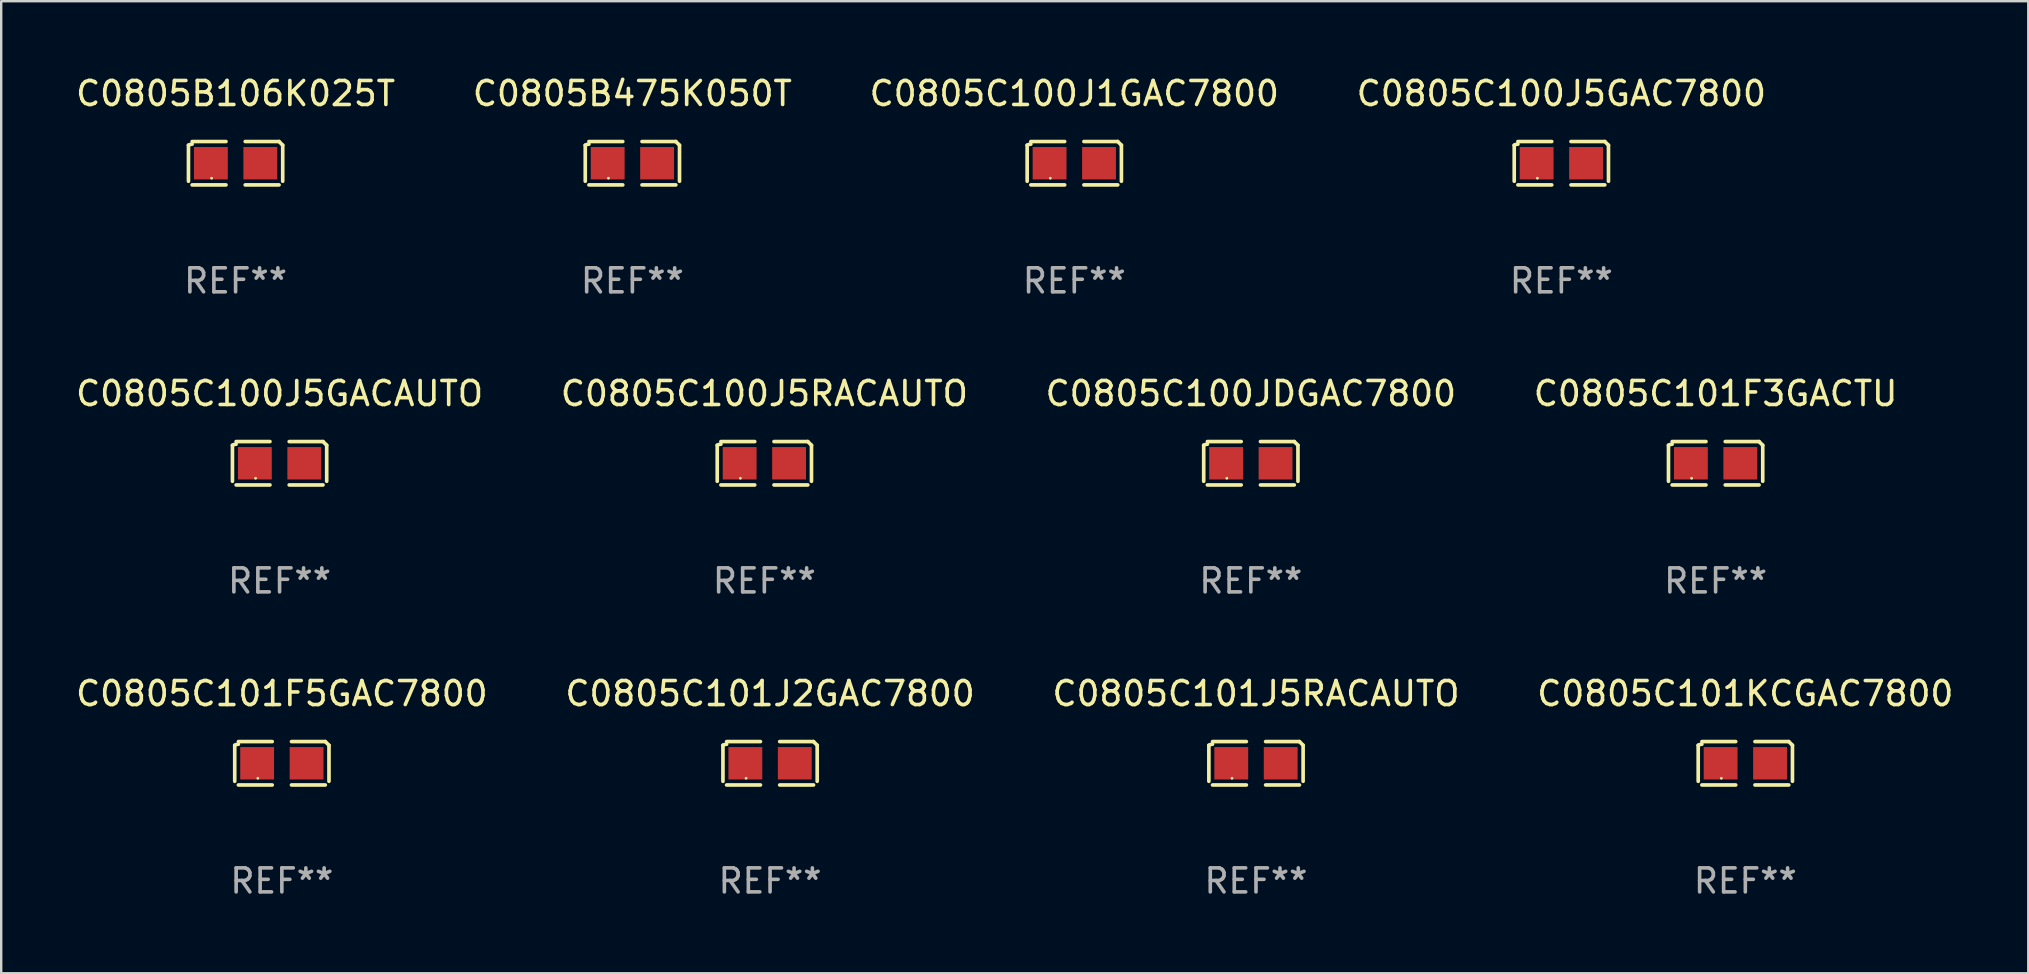
<source format=kicad_pcb>
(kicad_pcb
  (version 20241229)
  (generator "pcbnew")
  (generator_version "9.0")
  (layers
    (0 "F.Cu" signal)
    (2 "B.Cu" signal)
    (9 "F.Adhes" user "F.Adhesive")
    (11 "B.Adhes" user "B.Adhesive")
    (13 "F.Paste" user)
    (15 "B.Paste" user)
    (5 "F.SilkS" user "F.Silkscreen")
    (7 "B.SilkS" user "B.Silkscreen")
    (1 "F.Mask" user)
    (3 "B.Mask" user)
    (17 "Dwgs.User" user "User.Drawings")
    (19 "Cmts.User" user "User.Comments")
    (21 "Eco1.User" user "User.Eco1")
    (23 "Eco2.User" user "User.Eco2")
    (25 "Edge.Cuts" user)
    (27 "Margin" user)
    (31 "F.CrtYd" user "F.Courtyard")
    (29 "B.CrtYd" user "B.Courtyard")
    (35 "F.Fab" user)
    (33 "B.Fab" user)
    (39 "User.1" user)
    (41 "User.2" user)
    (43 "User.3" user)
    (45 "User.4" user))
  (footprint "C0805C100J5GAC7800"
    (layer "F.Cu")
    (at 62.018 3.752)
    (property "Reference" "C0805C100J5GAC7800" (at 0 -2.904 0) (layer "F.SilkS") (effects (font (size 1 1) (thickness 0.15))))
    (attr through_hole)
    (fp_line (start -1.964 0.751) (end -1.964 -0.751) (stroke (width 0.152) (type solid)) (layer "F.SilkS"))
    (fp_line (start -1.811 -0.904) (end -0.401 -0.904) (stroke (width 0.152) (type solid)) (layer "F.SilkS"))
    (fp_line (start -0.401 0.904) (end -1.811 0.904) (stroke (width 0.152) (type solid)) (layer "F.SilkS"))
    (fp_line (start 0.401 0.904) (end 1.811 0.904) (stroke (width 0.152) (type solid)) (layer "F.SilkS"))
    (fp_line (start 1.811 -0.904) (end 0.401 -0.904) (stroke (width 0.152) (type solid)) (layer "F.SilkS"))
    (fp_line (start 1.964 0.751) (end 1.964 -0.751) (stroke (width 0.152) (type solid)) (layer "F.SilkS"))
    (fp_arc (start -1.963602 -0.751207) (mid -1.890354 -0.783131) (end -1.811201 -0.794044) (stroke (width 0.1524) (type solid)) (layer "F.SilkS"))
    (fp_arc (start 1.811202 -0.903607) (mid 1.887413 -0.827418) (end 1.963602 -0.751207) (stroke (width 0.1524) (type solid)) (layer "F.SilkS"))
    (fp_circle (center -1 0.625) (end -0.97 0.625) (stroke (width 0.06) (type solid)) (fill no) (layer "F.SilkS"))
    (fp_text user "REF**" (at 0 4.904 0) (layer "F.Fab") (effects (font (size 1 1) (thickness 0.15))))
    (pad "1" smd rect (at -1.03 0) (size 1.41 1.35) (layers "F.Cu" "F.Mask" "F.Paste"))
    (pad "2" smd rect (at 1.03 0) (size 1.41 1.35) (layers "F.Cu" "F.Mask" "F.Paste")))
  (footprint "C0805C100J1GAC7800"
    (layer "F.Cu")
    (at 41.72 3.752)
    (property "Reference" "C0805C100J1GAC7800" (at 0 -2.904 0) (layer "F.SilkS") (effects (font (size 1 1) (thickness 0.15))))
    (attr through_hole)
    (fp_line (start -1.964 0.751) (end -1.964 -0.751) (stroke (width 0.152) (type solid)) (layer "F.SilkS"))
    (fp_line (start -1.811 -0.904) (end -0.401 -0.904) (stroke (width 0.152) (type solid)) (layer "F.SilkS"))
    (fp_line (start -0.401 0.904) (end -1.811 0.904) (stroke (width 0.152) (type solid)) (layer "F.SilkS"))
    (fp_line (start 0.401 0.904) (end 1.811 0.904) (stroke (width 0.152) (type solid)) (layer "F.SilkS"))
    (fp_line (start 1.811 -0.904) (end 0.401 -0.904) (stroke (width 0.152) (type solid)) (layer "F.SilkS"))
    (fp_line (start 1.964 0.751) (end 1.964 -0.751) (stroke (width 0.152) (type solid)) (layer "F.SilkS"))
    (fp_arc (start -1.963602 -0.751207) (mid -1.890354 -0.783131) (end -1.811201 -0.794044) (stroke (width 0.1524) (type solid)) (layer "F.SilkS"))
    (fp_arc (start 1.811202 -0.903607) (mid 1.887413 -0.827418) (end 1.963602 -0.751207) (stroke (width 0.1524) (type solid)) (layer "F.SilkS"))
    (fp_circle (center -1 0.625) (end -0.97 0.625) (stroke (width 0.06) (type solid)) (fill no) (layer "F.SilkS"))
    (fp_text user "REF**" (at 0 4.904 0) (layer "F.Fab") (effects (font (size 1 1) (thickness 0.15))))
    (pad "1" smd rect (at -1.03 0) (size 1.41 1.35) (layers "F.Cu" "F.Mask" "F.Paste"))
    (pad "2" smd rect (at 1.03 0) (size 1.41 1.35) (layers "F.Cu" "F.Mask" "F.Paste")))
  (footprint "C0805C100J5GACAUTO"
    (layer "F.Cu")
    (at 8.601 16.256)
    (property "Reference" "C0805C100J5GACAUTO" (at 0 -2.904 0) (layer "F.SilkS") (effects (font (size 1 1) (thickness 0.15))))
    (attr through_hole)
    (fp_line (start -1.964 0.751) (end -1.964 -0.751) (stroke (width 0.152) (type solid)) (layer "F.SilkS"))
    (fp_line (start -1.811 -0.904) (end -0.401 -0.904) (stroke (width 0.152) (type solid)) (layer "F.SilkS"))
    (fp_line (start -0.401 0.904) (end -1.811 0.904) (stroke (width 0.152) (type solid)) (layer "F.SilkS"))
    (fp_line (start 0.401 0.904) (end 1.811 0.904) (stroke (width 0.152) (type solid)) (layer "F.SilkS"))
    (fp_line (start 1.811 -0.904) (end 0.401 -0.904) (stroke (width 0.152) (type solid)) (layer "F.SilkS"))
    (fp_line (start 1.964 0.751) (end 1.964 -0.751) (stroke (width 0.152) (type solid)) (layer "F.SilkS"))
    (fp_arc (start -1.963602 -0.751207) (mid -1.890354 -0.783131) (end -1.811201 -0.794044) (stroke (width 0.1524) (type solid)) (layer "F.SilkS"))
    (fp_arc (start 1.811202 -0.903607) (mid 1.887413 -0.827418) (end 1.963602 -0.751207) (stroke (width 0.1524) (type solid)) (layer "F.SilkS"))
    (fp_circle (center -1 0.625) (end -0.97 0.625) (stroke (width 0.06) (type solid)) (fill no) (layer "F.SilkS"))
    (fp_text user "REF**" (at 0 4.904 0) (layer "F.Fab") (effects (font (size 1 1) (thickness 0.15))))
    (pad "1" smd rect (at -1.03 0) (size 1.41 1.35) (layers "F.Cu" "F.Mask" "F.Paste"))
    (pad "2" smd rect (at 1.03 0) (size 1.41 1.35) (layers "F.Cu" "F.Mask" "F.Paste")))
  (footprint "C0805B475K050T"
    (layer "F.Cu")
    (at 23.304 3.752)
    (property "Reference" "C0805B475K050T" (at 0 -2.904 0) (layer "F.SilkS") (effects (font (size 1 1) (thickness 0.15))))
    (attr through_hole)
    (fp_line (start -1.964 0.751) (end -1.964 -0.751) (stroke (width 0.152) (type solid)) (layer "F.SilkS"))
    (fp_line (start -1.811 -0.904) (end -0.401 -0.904) (stroke (width 0.152) (type solid)) (layer "F.SilkS"))
    (fp_line (start -0.401 0.904) (end -1.811 0.904) (stroke (width 0.152) (type solid)) (layer "F.SilkS"))
    (fp_line (start 0.401 0.904) (end 1.811 0.904) (stroke (width 0.152) (type solid)) (layer "F.SilkS"))
    (fp_line (start 1.811 -0.904) (end 0.401 -0.904) (stroke (width 0.152) (type solid)) (layer "F.SilkS"))
    (fp_line (start 1.964 0.751) (end 1.964 -0.751) (stroke (width 0.152) (type solid)) (layer "F.SilkS"))
    (fp_arc (start -1.963602 -0.751207) (mid -1.890354 -0.783131) (end -1.811201 -0.794044) (stroke (width 0.1524) (type solid)) (layer "F.SilkS"))
    (fp_arc (start 1.811202 -0.903607) (mid 1.887413 -0.827418) (end 1.963602 -0.751207) (stroke (width 0.1524) (type solid)) (layer "F.SilkS"))
    (fp_circle (center -1 0.625) (end -0.97 0.625) (stroke (width 0.06) (type solid)) (fill no) (layer "F.SilkS"))
    (fp_text user "REF**" (at 0 4.904 0) (layer "F.Fab") (effects (font (size 1 1) (thickness 0.15))))
    (pad "1" smd rect (at -1.03 0) (size 1.41 1.35) (layers "F.Cu" "F.Mask" "F.Paste"))
    (pad "2" smd rect (at 1.03 0) (size 1.41 1.35) (layers "F.Cu" "F.Mask" "F.Paste")))
  (footprint "C0805C101J2GAC7800"
    (layer "F.Cu")
    (at 29.042 28.759)
    (property "Reference" "C0805C101J2GAC7800" (at 0 -2.904 0) (layer "F.SilkS") (effects (font (size 1 1) (thickness 0.15))))
    (attr through_hole)
    (fp_line (start -1.964 0.751) (end -1.964 -0.751) (stroke (width 0.152) (type solid)) (layer "F.SilkS"))
    (fp_line (start -1.811 -0.904) (end -0.401 -0.904) (stroke (width 0.152) (type solid)) (layer "F.SilkS"))
    (fp_line (start -0.401 0.904) (end -1.811 0.904) (stroke (width 0.152) (type solid)) (layer "F.SilkS"))
    (fp_line (start 0.401 0.904) (end 1.811 0.904) (stroke (width 0.152) (type solid)) (layer "F.SilkS"))
    (fp_line (start 1.811 -0.904) (end 0.401 -0.904) (stroke (width 0.152) (type solid)) (layer "F.SilkS"))
    (fp_line (start 1.964 0.751) (end 1.964 -0.751) (stroke (width 0.152) (type solid)) (layer "F.SilkS"))
    (fp_arc (start -1.963602 -0.751207) (mid -1.890354 -0.783131) (end -1.811201 -0.794044) (stroke (width 0.1524) (type solid)) (layer "F.SilkS"))
    (fp_arc (start 1.811202 -0.903607) (mid 1.887413 -0.827418) (end 1.963602 -0.751207) (stroke (width 0.1524) (type solid)) (layer "F.SilkS"))
    (fp_circle (center -1 0.625) (end -0.97 0.625) (stroke (width 0.06) (type solid)) (fill no) (layer "F.SilkS"))
    (fp_text user "REF**" (at 0 4.904 0) (layer "F.Fab") (effects (font (size 1 1) (thickness 0.15))))
    (pad "1" smd rect (at -1.03 0) (size 1.41 1.35) (layers "F.Cu" "F.Mask" "F.Paste"))
    (pad "2" smd rect (at 1.03 0) (size 1.41 1.35) (layers "F.Cu" "F.Mask" "F.Paste")))
  (footprint "C0805C100JDGAC7800"
    (layer "F.Cu")
    (at 49.077 16.256)
    (property "Reference" "C0805C100JDGAC7800" (at 0 -2.904 0) (layer "F.SilkS") (effects (font (size 1 1) (thickness 0.15))))
    (attr through_hole)
    (fp_line (start -1.964 0.751) (end -1.964 -0.751) (stroke (width 0.152) (type solid)) (layer "F.SilkS"))
    (fp_line (start -1.811 -0.904) (end -0.401 -0.904) (stroke (width 0.152) (type solid)) (layer "F.SilkS"))
    (fp_line (start -0.401 0.904) (end -1.811 0.904) (stroke (width 0.152) (type solid)) (layer "F.SilkS"))
    (fp_line (start 0.401 0.904) (end 1.811 0.904) (stroke (width 0.152) (type solid)) (layer "F.SilkS"))
    (fp_line (start 1.811 -0.904) (end 0.401 -0.904) (stroke (width 0.152) (type solid)) (layer "F.SilkS"))
    (fp_line (start 1.964 0.751) (end 1.964 -0.751) (stroke (width 0.152) (type solid)) (layer "F.SilkS"))
    (fp_arc (start -1.963602 -0.751207) (mid -1.890354 -0.783131) (end -1.811201 -0.794044) (stroke (width 0.1524) (type solid)) (layer "F.SilkS"))
    (fp_arc (start 1.811202 -0.903607) (mid 1.887413 -0.827418) (end 1.963602 -0.751207) (stroke (width 0.1524) (type solid)) (layer "F.SilkS"))
    (fp_circle (center -1 0.625) (end -0.97 0.625) (stroke (width 0.06) (type solid)) (fill no) (layer "F.SilkS"))
    (fp_text user "REF**" (at 0 4.904 0) (layer "F.Fab") (effects (font (size 1 1) (thickness 0.15))))
    (pad "1" smd rect (at -1.03 0) (size 1.41 1.35) (layers "F.Cu" "F.Mask" "F.Paste"))
    (pad "2" smd rect (at 1.03 0) (size 1.41 1.35) (layers "F.Cu" "F.Mask" "F.Paste")))
  (footprint "C0805C101F3GACTU"
    (layer "F.Cu")
    (at 68.446 16.256)
    (property "Reference" "C0805C101F3GACTU" (at 0 -2.904 0) (layer "F.SilkS") (effects (font (size 1 1) (thickness 0.15))))
    (attr through_hole)
    (fp_line (start -1.964 0.751) (end -1.964 -0.751) (stroke (width 0.152) (type solid)) (layer "F.SilkS"))
    (fp_line (start -1.811 -0.904) (end -0.401 -0.904) (stroke (width 0.152) (type solid)) (layer "F.SilkS"))
    (fp_line (start -0.401 0.904) (end -1.811 0.904) (stroke (width 0.152) (type solid)) (layer "F.SilkS"))
    (fp_line (start 0.401 0.904) (end 1.811 0.904) (stroke (width 0.152) (type solid)) (layer "F.SilkS"))
    (fp_line (start 1.811 -0.904) (end 0.401 -0.904) (stroke (width 0.152) (type solid)) (layer "F.SilkS"))
    (fp_line (start 1.964 0.751) (end 1.964 -0.751) (stroke (width 0.152) (type solid)) (layer "F.SilkS"))
    (fp_arc (start -1.963602 -0.751207) (mid -1.890354 -0.783131) (end -1.811201 -0.794044) (stroke (width 0.1524) (type solid)) (layer "F.SilkS"))
    (fp_arc (start 1.811202 -0.903607) (mid 1.887413 -0.827418) (end 1.963602 -0.751207) (stroke (width 0.1524) (type solid)) (layer "F.SilkS"))
    (fp_circle (center -1 0.625) (end -0.97 0.625) (stroke (width 0.06) (type solid)) (fill no) (layer "F.SilkS"))
    (fp_text user "REF**" (at 0 4.904 0) (layer "F.Fab") (effects (font (size 1 1) (thickness 0.15))))
    (pad "1" smd rect (at -1.03 0) (size 1.41 1.35) (layers "F.Cu" "F.Mask" "F.Paste"))
    (pad "2" smd rect (at 1.03 0) (size 1.41 1.35) (layers "F.Cu" "F.Mask" "F.Paste")))
  (footprint "C0805C101KCGAC7800"
    (layer "F.Cu")
    (at 69.685 28.759)
    (property "Reference" "C0805C101KCGAC7800" (at 0 -2.904 0) (layer "F.SilkS") (effects (font (size 1 1) (thickness 0.15))))
    (attr through_hole)
    (fp_line (start -1.964 0.751) (end -1.964 -0.751) (stroke (width 0.152) (type solid)) (layer "F.SilkS"))
    (fp_line (start -1.811 -0.904) (end -0.401 -0.904) (stroke (width 0.152) (type solid)) (layer "F.SilkS"))
    (fp_line (start -0.401 0.904) (end -1.811 0.904) (stroke (width 0.152) (type solid)) (layer "F.SilkS"))
    (fp_line (start 0.401 0.904) (end 1.811 0.904) (stroke (width 0.152) (type solid)) (layer "F.SilkS"))
    (fp_line (start 1.811 -0.904) (end 0.401 -0.904) (stroke (width 0.152) (type solid)) (layer "F.SilkS"))
    (fp_line (start 1.964 0.751) (end 1.964 -0.751) (stroke (width 0.152) (type solid)) (layer "F.SilkS"))
    (fp_arc (start -1.963602 -0.751207) (mid -1.890354 -0.783131) (end -1.811201 -0.794044) (stroke (width 0.1524) (type solid)) (layer "F.SilkS"))
    (fp_arc (start 1.811202 -0.903607) (mid 1.887413 -0.827418) (end 1.963602 -0.751207) (stroke (width 0.1524) (type solid)) (layer "F.SilkS"))
    (fp_circle (center -1 0.625) (end -0.97 0.625) (stroke (width 0.06) (type solid)) (fill no) (layer "F.SilkS"))
    (fp_text user "REF**" (at 0 4.904 0) (layer "F.Fab") (effects (font (size 1 1) (thickness 0.15))))
    (pad "1" smd rect (at -1.03 0) (size 1.41 1.35) (layers "F.Cu" "F.Mask" "F.Paste"))
    (pad "2" smd rect (at 1.03 0) (size 1.41 1.35) (layers "F.Cu" "F.Mask" "F.Paste")))
  (footprint "C0805B106K025T"
    (layer "F.Cu")
    (at 6.768 3.752)
    (property "Reference" "C0805B106K025T" (at 0 -2.904 0) (layer "F.SilkS") (effects (font (size 1 1) (thickness 0.15))))
    (attr through_hole)
    (fp_line (start -1.964 0.751) (end -1.964 -0.751) (stroke (width 0.152) (type solid)) (layer "F.SilkS"))
    (fp_line (start -1.811 -0.904) (end -0.401 -0.904) (stroke (width 0.152) (type solid)) (layer "F.SilkS"))
    (fp_line (start -0.401 0.904) (end -1.811 0.904) (stroke (width 0.152) (type solid)) (layer "F.SilkS"))
    (fp_line (start 0.401 0.904) (end 1.811 0.904) (stroke (width 0.152) (type solid)) (layer "F.SilkS"))
    (fp_line (start 1.811 -0.904) (end 0.401 -0.904) (stroke (width 0.152) (type solid)) (layer "F.SilkS"))
    (fp_line (start 1.964 0.751) (end 1.964 -0.751) (stroke (width 0.152) (type solid)) (layer "F.SilkS"))
    (fp_arc (start -1.963602 -0.751207) (mid -1.890354 -0.783131) (end -1.811201 -0.794044) (stroke (width 0.1524) (type solid)) (layer "F.SilkS"))
    (fp_arc (start 1.811202 -0.903607) (mid 1.887413 -0.827418) (end 1.963602 -0.751207) (stroke (width 0.1524) (type solid)) (layer "F.SilkS"))
    (fp_circle (center -1 0.625) (end -0.97 0.625) (stroke (width 0.06) (type solid)) (fill no) (layer "F.SilkS"))
    (fp_text user "REF**" (at 0 4.904 0) (layer "F.Fab") (effects (font (size 1 1) (thickness 0.15))))
    (pad "1" smd rect (at -1.03 0) (size 1.41 1.35) (layers "F.Cu" "F.Mask" "F.Paste"))
    (pad "2" smd rect (at 1.03 0) (size 1.41 1.35) (layers "F.Cu" "F.Mask" "F.Paste")))
  (footprint "C0805C101J5RACAUTO"
    (layer "F.Cu")
    (at 49.292 28.759)
    (property "Reference" "C0805C101J5RACAUTO" (at 0 -2.904 0) (layer "F.SilkS") (effects (font (size 1 1) (thickness 0.15))))
    (attr through_hole)
    (fp_line (start -1.964 0.751) (end -1.964 -0.751) (stroke (width 0.152) (type solid)) (layer "F.SilkS"))
    (fp_line (start -1.811 -0.904) (end -0.401 -0.904) (stroke (width 0.152) (type solid)) (layer "F.SilkS"))
    (fp_line (start -0.401 0.904) (end -1.811 0.904) (stroke (width 0.152) (type solid)) (layer "F.SilkS"))
    (fp_line (start 0.401 0.904) (end 1.811 0.904) (stroke (width 0.152) (type solid)) (layer "F.SilkS"))
    (fp_line (start 1.811 -0.904) (end 0.401 -0.904) (stroke (width 0.152) (type solid)) (layer "F.SilkS"))
    (fp_line (start 1.964 0.751) (end 1.964 -0.751) (stroke (width 0.152) (type solid)) (layer "F.SilkS"))
    (fp_arc (start -1.963602 -0.751207) (mid -1.890354 -0.783131) (end -1.811201 -0.794044) (stroke (width 0.1524) (type solid)) (layer "F.SilkS"))
    (fp_arc (start 1.811202 -0.903607) (mid 1.887413 -0.827418) (end 1.963602 -0.751207) (stroke (width 0.1524) (type solid)) (layer "F.SilkS"))
    (fp_circle (center -1 0.625) (end -0.97 0.625) (stroke (width 0.06) (type solid)) (fill no) (layer "F.SilkS"))
    (fp_text user "REF**" (at 0 4.904 0) (layer "F.Fab") (effects (font (size 1 1) (thickness 0.15))))
    (pad "1" smd rect (at -1.03 0) (size 1.41 1.35) (layers "F.Cu" "F.Mask" "F.Paste"))
    (pad "2" smd rect (at 1.03 0) (size 1.41 1.35) (layers "F.Cu" "F.Mask" "F.Paste")))
  (footprint "C0805C100J5RACAUTO"
    (layer "F.Cu")
    (at 28.804 16.256)
    (property "Reference" "C0805C100J5RACAUTO" (at 0 -2.904 0) (layer "F.SilkS") (effects (font (size 1 1) (thickness 0.15))))
    (attr through_hole)
    (fp_line (start -1.964 0.751) (end -1.964 -0.751) (stroke (width 0.152) (type solid)) (layer "F.SilkS"))
    (fp_line (start -1.811 -0.904) (end -0.401 -0.904) (stroke (width 0.152) (type solid)) (layer "F.SilkS"))
    (fp_line (start -0.401 0.904) (end -1.811 0.904) (stroke (width 0.152) (type solid)) (layer "F.SilkS"))
    (fp_line (start 0.401 0.904) (end 1.811 0.904) (stroke (width 0.152) (type solid)) (layer "F.SilkS"))
    (fp_line (start 1.811 -0.904) (end 0.401 -0.904) (stroke (width 0.152) (type solid)) (layer "F.SilkS"))
    (fp_line (start 1.964 0.751) (end 1.964 -0.751) (stroke (width 0.152) (type solid)) (layer "F.SilkS"))
    (fp_arc (start -1.963602 -0.751207) (mid -1.890354 -0.783131) (end -1.811201 -0.794044) (stroke (width 0.1524) (type solid)) (layer "F.SilkS"))
    (fp_arc (start 1.811202 -0.903607) (mid 1.887413 -0.827418) (end 1.963602 -0.751207) (stroke (width 0.1524) (type solid)) (layer "F.SilkS"))
    (fp_circle (center -1 0.625) (end -0.97 0.625) (stroke (width 0.06) (type solid)) (fill no) (layer "F.SilkS"))
    (fp_text user "REF**" (at 0 4.904 0) (layer "F.Fab") (effects (font (size 1 1) (thickness 0.15))))
    (pad "1" smd rect (at -1.03 0) (size 1.41 1.35) (layers "F.Cu" "F.Mask" "F.Paste"))
    (pad "2" smd rect (at 1.03 0) (size 1.41 1.35) (layers "F.Cu" "F.Mask" "F.Paste")))
  (footprint "C0805C101F5GAC7800"
    (layer "F.Cu")
    (at 8.696 28.759)
    (property "Reference" "C0805C101F5GAC7800" (at 0 -2.904 0) (layer "F.SilkS") (effects (font (size 1 1) (thickness 0.15))))
    (attr through_hole)
    (fp_line (start -1.964 0.751) (end -1.964 -0.751) (stroke (width 0.152) (type solid)) (layer "F.SilkS"))
    (fp_line (start -1.811 -0.904) (end -0.401 -0.904) (stroke (width 0.152) (type solid)) (layer "F.SilkS"))
    (fp_line (start -0.401 0.904) (end -1.811 0.904) (stroke (width 0.152) (type solid)) (layer "F.SilkS"))
    (fp_line (start 0.401 0.904) (end 1.811 0.904) (stroke (width 0.152) (type solid)) (layer "F.SilkS"))
    (fp_line (start 1.811 -0.904) (end 0.401 -0.904) (stroke (width 0.152) (type solid)) (layer "F.SilkS"))
    (fp_line (start 1.964 0.751) (end 1.964 -0.751) (stroke (width 0.152) (type solid)) (layer "F.SilkS"))
    (fp_arc (start -1.963602 -0.751207) (mid -1.890354 -0.783131) (end -1.811201 -0.794044) (stroke (width 0.1524) (type solid)) (layer "F.SilkS"))
    (fp_arc (start 1.811202 -0.903607) (mid 1.887413 -0.827418) (end 1.963602 -0.751207) (stroke (width 0.1524) (type solid)) (layer "F.SilkS"))
    (fp_circle (center -1 0.625) (end -0.97 0.625) (stroke (width 0.06) (type solid)) (fill no) (layer "F.SilkS"))
    (fp_text user "REF**" (at 0 4.904 0) (layer "F.Fab") (effects (font (size 1 1) (thickness 0.15))))
    (pad "1" smd rect (at -1.03 0) (size 1.41 1.35) (layers "F.Cu" "F.Mask" "F.Paste"))
    (pad "2" smd rect (at 1.03 0) (size 1.41 1.35) (layers "F.Cu" "F.Mask" "F.Paste")))
  (gr_rect
    (start -3 -3)
    (end 81.476 37.511)
    (stroke (width 0.1) (type default))
    (fill no)
    (layer "Edge.Cuts")))
</source>
